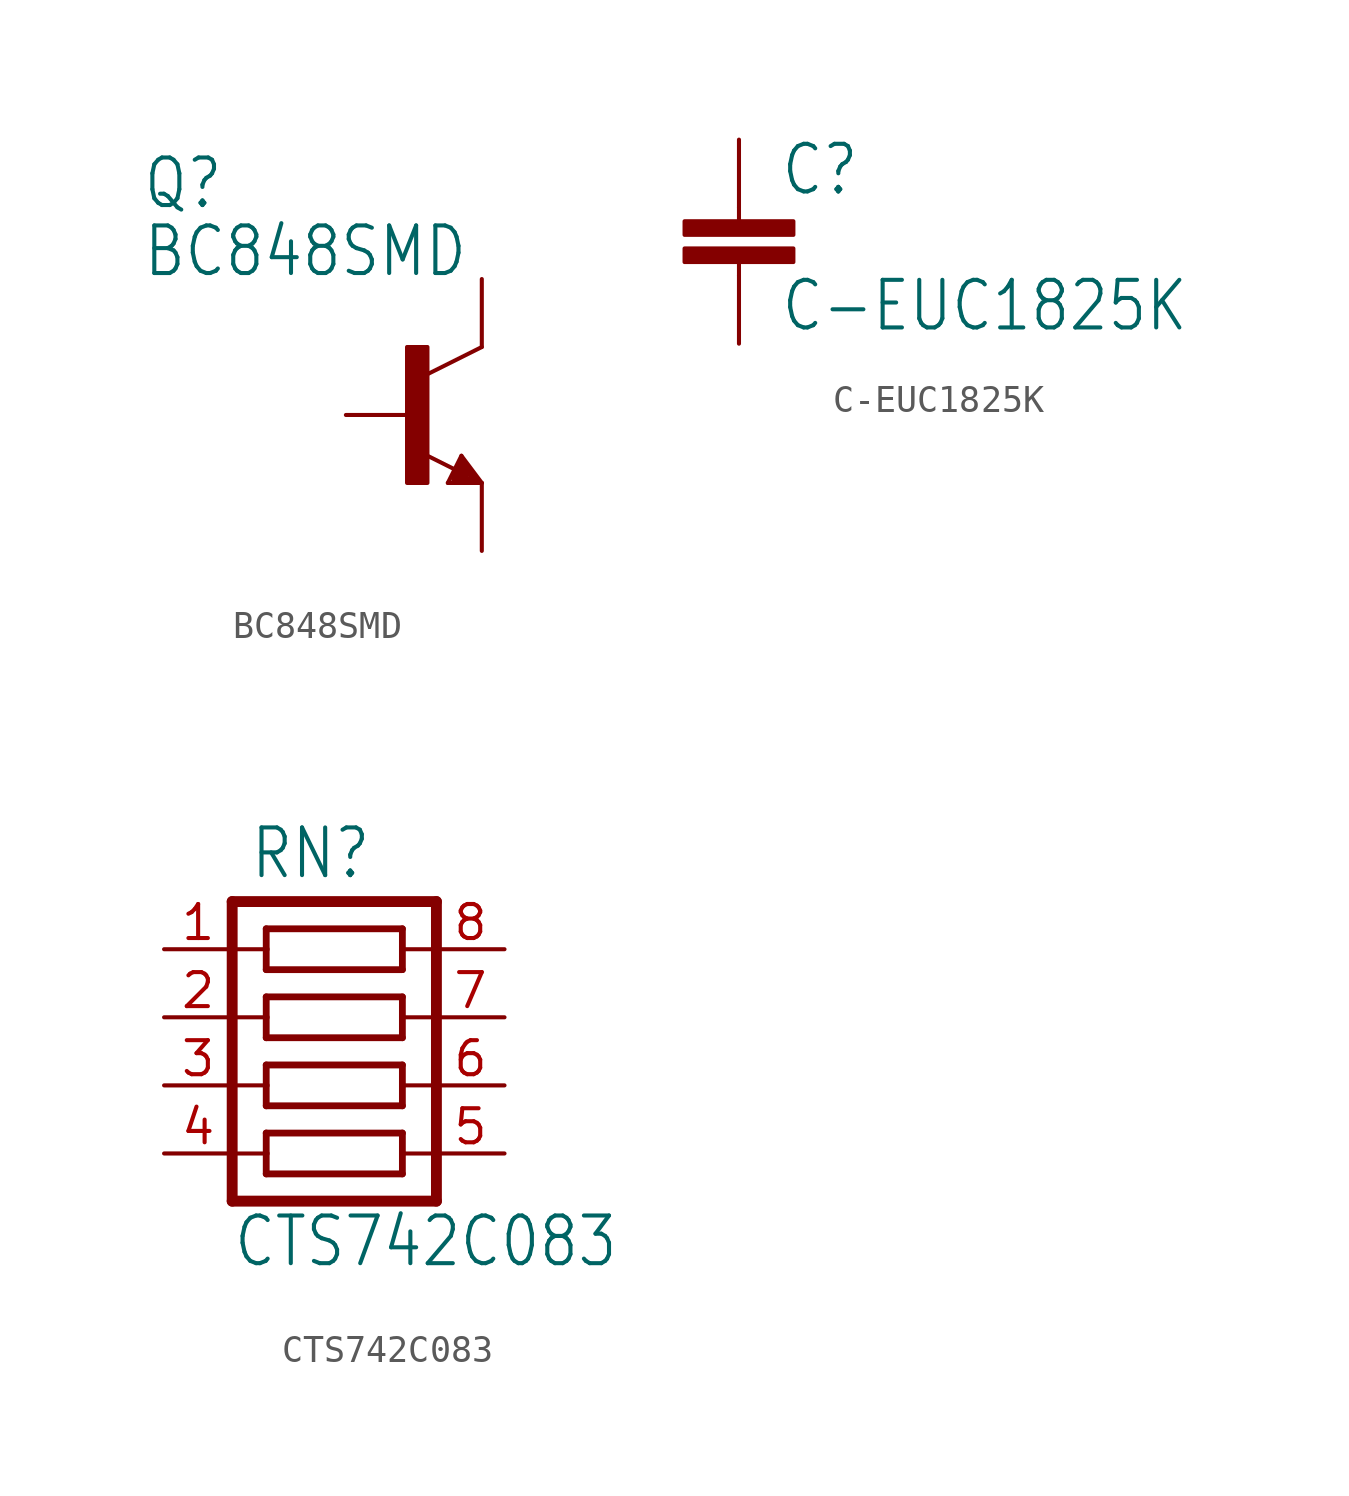
<source format=kicad_sym>
(kicad_symbol_lib
  (version 20211014)
  (generator kicad_symbol_editor)
  (symbol "BC848SMD"
    (property "Reference" "Q"
      (at -10.16 7.62 0)
      (effects (font (size 1.778 1.511)) (justify left bottom)))
    (property "Value" "BC848SMD"
      (at -10.16 5.08 0)
      (effects (font (size 1.778 1.511)) (justify left bottom)))
    (property "ki_locked" ""
      (at 0 0 0)
      (effects (font (size 1.27 1.27))))
    (symbol "BC848SMD_1_0"
      (rectangle (start -0.254 -2.54) (end 0.508 2.54) (stroke (width 0) (type default) (color 0 0 0 0)) (fill (type outline)))
      (polyline (pts (xy 1.27 -2.54) (xy 1.778 -1.524)) (stroke (width 0.152) (type default) (color 0 0 0 0)) (fill (type none)))
      (polyline (pts (xy 1.524 -2.413) (xy 2.286 -2.413)) (stroke (width 0.254) (type default) (color 0 0 0 0)) (fill (type none)))
      (polyline (pts (xy 1.524 -2.286) (xy 1.905 -2.286)) (stroke (width 0.254) (type default) (color 0 0 0 0)) (fill (type none)))
      (polyline (pts (xy 1.54 -2.04) (xy 0.308 -1.424)) (stroke (width 0.152) (type default) (color 0 0 0 0)) (fill (type none)))
      (polyline (pts (xy 1.778 -1.778) (xy 1.524 -2.286)) (stroke (width 0.254) (type default) (color 0 0 0 0)) (fill (type none)))
      (polyline (pts (xy 1.778 -1.524) (xy 2.54 -2.54)) (stroke (width 0.152) (type default) (color 0 0 0 0)) (fill (type none)))
      (polyline (pts (xy 1.905 -2.286) (xy 1.778 -2.032)) (stroke (width 0.254) (type default) (color 0 0 0 0)) (fill (type none)))
      (polyline (pts (xy 2.286 -2.413) (xy 1.778 -1.778)) (stroke (width 0.254) (type default) (color 0 0 0 0)) (fill (type none)))
      (polyline (pts (xy 2.54 -2.54) (xy 1.27 -2.54)) (stroke (width 0.152) (type default) (color 0 0 0 0)) (fill (type none)))
      (polyline (pts (xy 2.54 2.54) (xy 0.508 1.524)) (stroke (width 0.152) (type default) (color 0 0 0 0)) (fill (type none)))
      (pin passive line (at -2.54 0 0) (length 2.54) (name "B" (effects (font (size 0 0)))) (number "1" (effects (font (size 0 0)))))
      (pin passive line (at 2.54 -5.08 90) (length 2.54) (name "E" (effects (font (size 0 0)))) (number "2" (effects (font (size 0 0)))))
      (pin passive line (at 2.54 5.08 270) (length 2.54) (name "C" (effects (font (size 0 0)))) (number "3" (effects (font (size 0 0)))))))
  (symbol "C-EUC1825K"
    (property "Reference" "C"
      (at 1.524 0.381 0)
      (effects (font (size 1.778 1.511)) (justify left bottom)))
    (property "Value" "C-EUC1825K"
      (at 1.524 -4.699 0)
      (effects (font (size 1.778 1.511)) (justify left bottom)))
    (property "ki_locked" ""
      (at 0 0 0)
      (effects (font (size 1.27 1.27))))
    (symbol "C-EUC1825K_1_0"
      (rectangle (start -2.032 -2.032) (end 2.032 -1.524) (stroke (width 0) (type default) (color 0 0 0 0)) (fill (type outline)))
      (rectangle (start -2.032 -1.016) (end 2.032 -0.508) (stroke (width 0) (type default) (color 0 0 0 0)) (fill (type outline)))
      (polyline (pts (xy 0 -2.54) (xy 0 -2.032)) (stroke (width 0.152) (type default) (color 0 0 0 0)) (fill (type none)))
      (polyline (pts (xy 0 0) (xy 0 -0.508)) (stroke (width 0.152) (type default) (color 0 0 0 0)) (fill (type none)))
      (pin passive line (at 0 2.54 270) (length 2.54) (name "1" (effects (font (size 0 0)))) (number "1" (effects (font (size 0 0)))))
      (pin passive line (at 0 -5.08 90) (length 2.54) (name "2" (effects (font (size 0 0)))) (number "2" (effects (font (size 0 0)))))))
  (symbol "CTS742C083"
    (property "Reference" "RN"
      (at -1.905 5.08 0)
      (effects (font (size 1.778 1.511)) (justify left bottom)))
    (property "Value" "CTS742C083"
      (at -2.54 -9.398 0)
      (effects (font (size 1.778 1.511)) (justify left bottom)))
    (property "ki_locked" ""
      (at 0 0 0)
      (effects (font (size 1.27 1.27))))
    (symbol "CTS742C083_1_0"
      (polyline (pts (xy -2.54 -5.08) (xy -1.27 -5.08)) (stroke (width 0.152) (type default) (color 0 0 0 0)) (fill (type none)))
      (polyline (pts (xy -2.54 -2.54) (xy -1.27 -2.54)) (stroke (width 0.152) (type default) (color 0 0 0 0)) (fill (type none)))
      (polyline (pts (xy -2.54 0) (xy -1.27 0)) (stroke (width 0.152) (type default) (color 0 0 0 0)) (fill (type none)))
      (polyline (pts (xy -2.54 4.318) (xy -2.54 -6.858)) (stroke (width 0.406) (type default) (color 0 0 0 0)) (fill (type none)))
      (polyline (pts (xy -1.27 -5.842) (xy 3.81 -5.842)) (stroke (width 0.254) (type default) (color 0 0 0 0)) (fill (type none)))
      (polyline (pts (xy -1.27 -5.08) (xy -1.27 -5.842)) (stroke (width 0.254) (type default) (color 0 0 0 0)) (fill (type none)))
      (polyline (pts (xy -1.27 -4.318) (xy -1.27 -5.08)) (stroke (width 0.254) (type default) (color 0 0 0 0)) (fill (type none)))
      (polyline (pts (xy -1.27 -3.302) (xy 3.81 -3.302)) (stroke (width 0.254) (type default) (color 0 0 0 0)) (fill (type none)))
      (polyline (pts (xy -1.27 -2.54) (xy -1.27 -3.302)) (stroke (width 0.254) (type default) (color 0 0 0 0)) (fill (type none)))
      (polyline (pts (xy -1.27 -1.778) (xy -1.27 -2.54)) (stroke (width 0.254) (type default) (color 0 0 0 0)) (fill (type none)))
      (polyline (pts (xy -1.27 -0.762) (xy 3.81 -0.762)) (stroke (width 0.254) (type default) (color 0 0 0 0)) (fill (type none)))
      (polyline (pts (xy -1.27 0) (xy -1.27 -0.762)) (stroke (width 0.254) (type default) (color 0 0 0 0)) (fill (type none)))
      (polyline (pts (xy -1.27 0.762) (xy -1.27 0)) (stroke (width 0.254) (type default) (color 0 0 0 0)) (fill (type none)))
      (polyline (pts (xy -1.27 1.778) (xy 3.81 1.778)) (stroke (width 0.254) (type default) (color 0 0 0 0)) (fill (type none)))
      (polyline (pts (xy -1.27 2.54) (xy -2.54 2.54)) (stroke (width 0.152) (type default) (color 0 0 0 0)) (fill (type none)))
      (polyline (pts (xy -1.27 2.54) (xy -1.27 1.778)) (stroke (width 0.254) (type default) (color 0 0 0 0)) (fill (type none)))
      (polyline (pts (xy -1.27 3.302) (xy -1.27 2.54)) (stroke (width 0.254) (type default) (color 0 0 0 0)) (fill (type none)))
      (polyline (pts (xy 3.81 -5.842) (xy 3.81 -5.08)) (stroke (width 0.254) (type default) (color 0 0 0 0)) (fill (type none)))
      (polyline (pts (xy 3.81 -5.08) (xy 3.81 -4.318)) (stroke (width 0.254) (type default) (color 0 0 0 0)) (fill (type none)))
      (polyline (pts (xy 3.81 -4.318) (xy -1.27 -4.318)) (stroke (width 0.254) (type default) (color 0 0 0 0)) (fill (type none)))
      (polyline (pts (xy 3.81 -3.302) (xy 3.81 -2.54)) (stroke (width 0.254) (type default) (color 0 0 0 0)) (fill (type none)))
      (polyline (pts (xy 3.81 -2.54) (xy 3.81 -1.778)) (stroke (width 0.254) (type default) (color 0 0 0 0)) (fill (type none)))
      (polyline (pts (xy 3.81 -1.778) (xy -1.27 -1.778)) (stroke (width 0.254) (type default) (color 0 0 0 0)) (fill (type none)))
      (polyline (pts (xy 3.81 -0.762) (xy 3.81 0)) (stroke (width 0.254) (type default) (color 0 0 0 0)) (fill (type none)))
      (polyline (pts (xy 3.81 0) (xy 3.81 0.762)) (stroke (width 0.254) (type default) (color 0 0 0 0)) (fill (type none)))
      (polyline (pts (xy 3.81 0.762) (xy -1.27 0.762)) (stroke (width 0.254) (type default) (color 0 0 0 0)) (fill (type none)))
      (polyline (pts (xy 3.81 1.778) (xy 3.81 2.54)) (stroke (width 0.254) (type default) (color 0 0 0 0)) (fill (type none)))
      (polyline (pts (xy 3.81 2.54) (xy 3.81 3.302)) (stroke (width 0.254) (type default) (color 0 0 0 0)) (fill (type none)))
      (polyline (pts (xy 3.81 2.54) (xy 5.08 2.54)) (stroke (width 0.152) (type default) (color 0 0 0 0)) (fill (type none)))
      (polyline (pts (xy 3.81 3.302) (xy -1.27 3.302)) (stroke (width 0.254) (type default) (color 0 0 0 0)) (fill (type none)))
      (polyline (pts (xy 5.08 -6.858) (xy -2.54 -6.858)) (stroke (width 0.406) (type default) (color 0 0 0 0)) (fill (type none)))
      (polyline (pts (xy 5.08 -5.08) (xy 3.81 -5.08)) (stroke (width 0.152) (type default) (color 0 0 0 0)) (fill (type none)))
      (polyline (pts (xy 5.08 -2.54) (xy 3.81 -2.54)) (stroke (width 0.152) (type default) (color 0 0 0 0)) (fill (type none)))
      (polyline (pts (xy 5.08 0) (xy 3.81 0)) (stroke (width 0.152) (type default) (color 0 0 0 0)) (fill (type none)))
      (polyline (pts (xy 5.08 4.318) (xy -2.54 4.318)) (stroke (width 0.406) (type default) (color 0 0 0 0)) (fill (type none)))
      (polyline (pts (xy 5.08 4.318) (xy 5.08 -6.858)) (stroke (width 0.406) (type default) (color 0 0 0 0)) (fill (type none)))
      (pin passive line (at -5.08 2.54 0) (length 2.54) (name "1" (effects (font (size 0 0)))) (number "1" (effects (font (size 1.27 1.27)))))
      (pin passive line (at -5.08 0 0) (length 2.54) (name "2" (effects (font (size 0 0)))) (number "2" (effects (font (size 1.27 1.27)))))
      (pin passive line (at -5.08 -2.54 0) (length 2.54) (name "3" (effects (font (size 0 0)))) (number "3" (effects (font (size 1.27 1.27)))))
      (pin passive line (at -5.08 -5.08 0) (length 2.54) (name "4" (effects (font (size 0 0)))) (number "4" (effects (font (size 1.27 1.27)))))
      (pin passive line (at 7.62 -5.08 180) (length 2.54) (name "5" (effects (font (size 0 0)))) (number "5" (effects (font (size 1.27 1.27)))))
      (pin passive line (at 7.62 -2.54 180) (length 2.54) (name "6" (effects (font (size 0 0)))) (number "6" (effects (font (size 1.27 1.27)))))
      (pin passive line (at 7.62 0 180) (length 2.54) (name "7" (effects (font (size 0 0)))) (number "7" (effects (font (size 1.27 1.27)))))
      (pin passive line (at 7.62 2.54 180) (length 2.54) (name "8" (effects (font (size 0 0)))) (number "8" (effects (font (size 1.27 1.27))))))))
</source>
